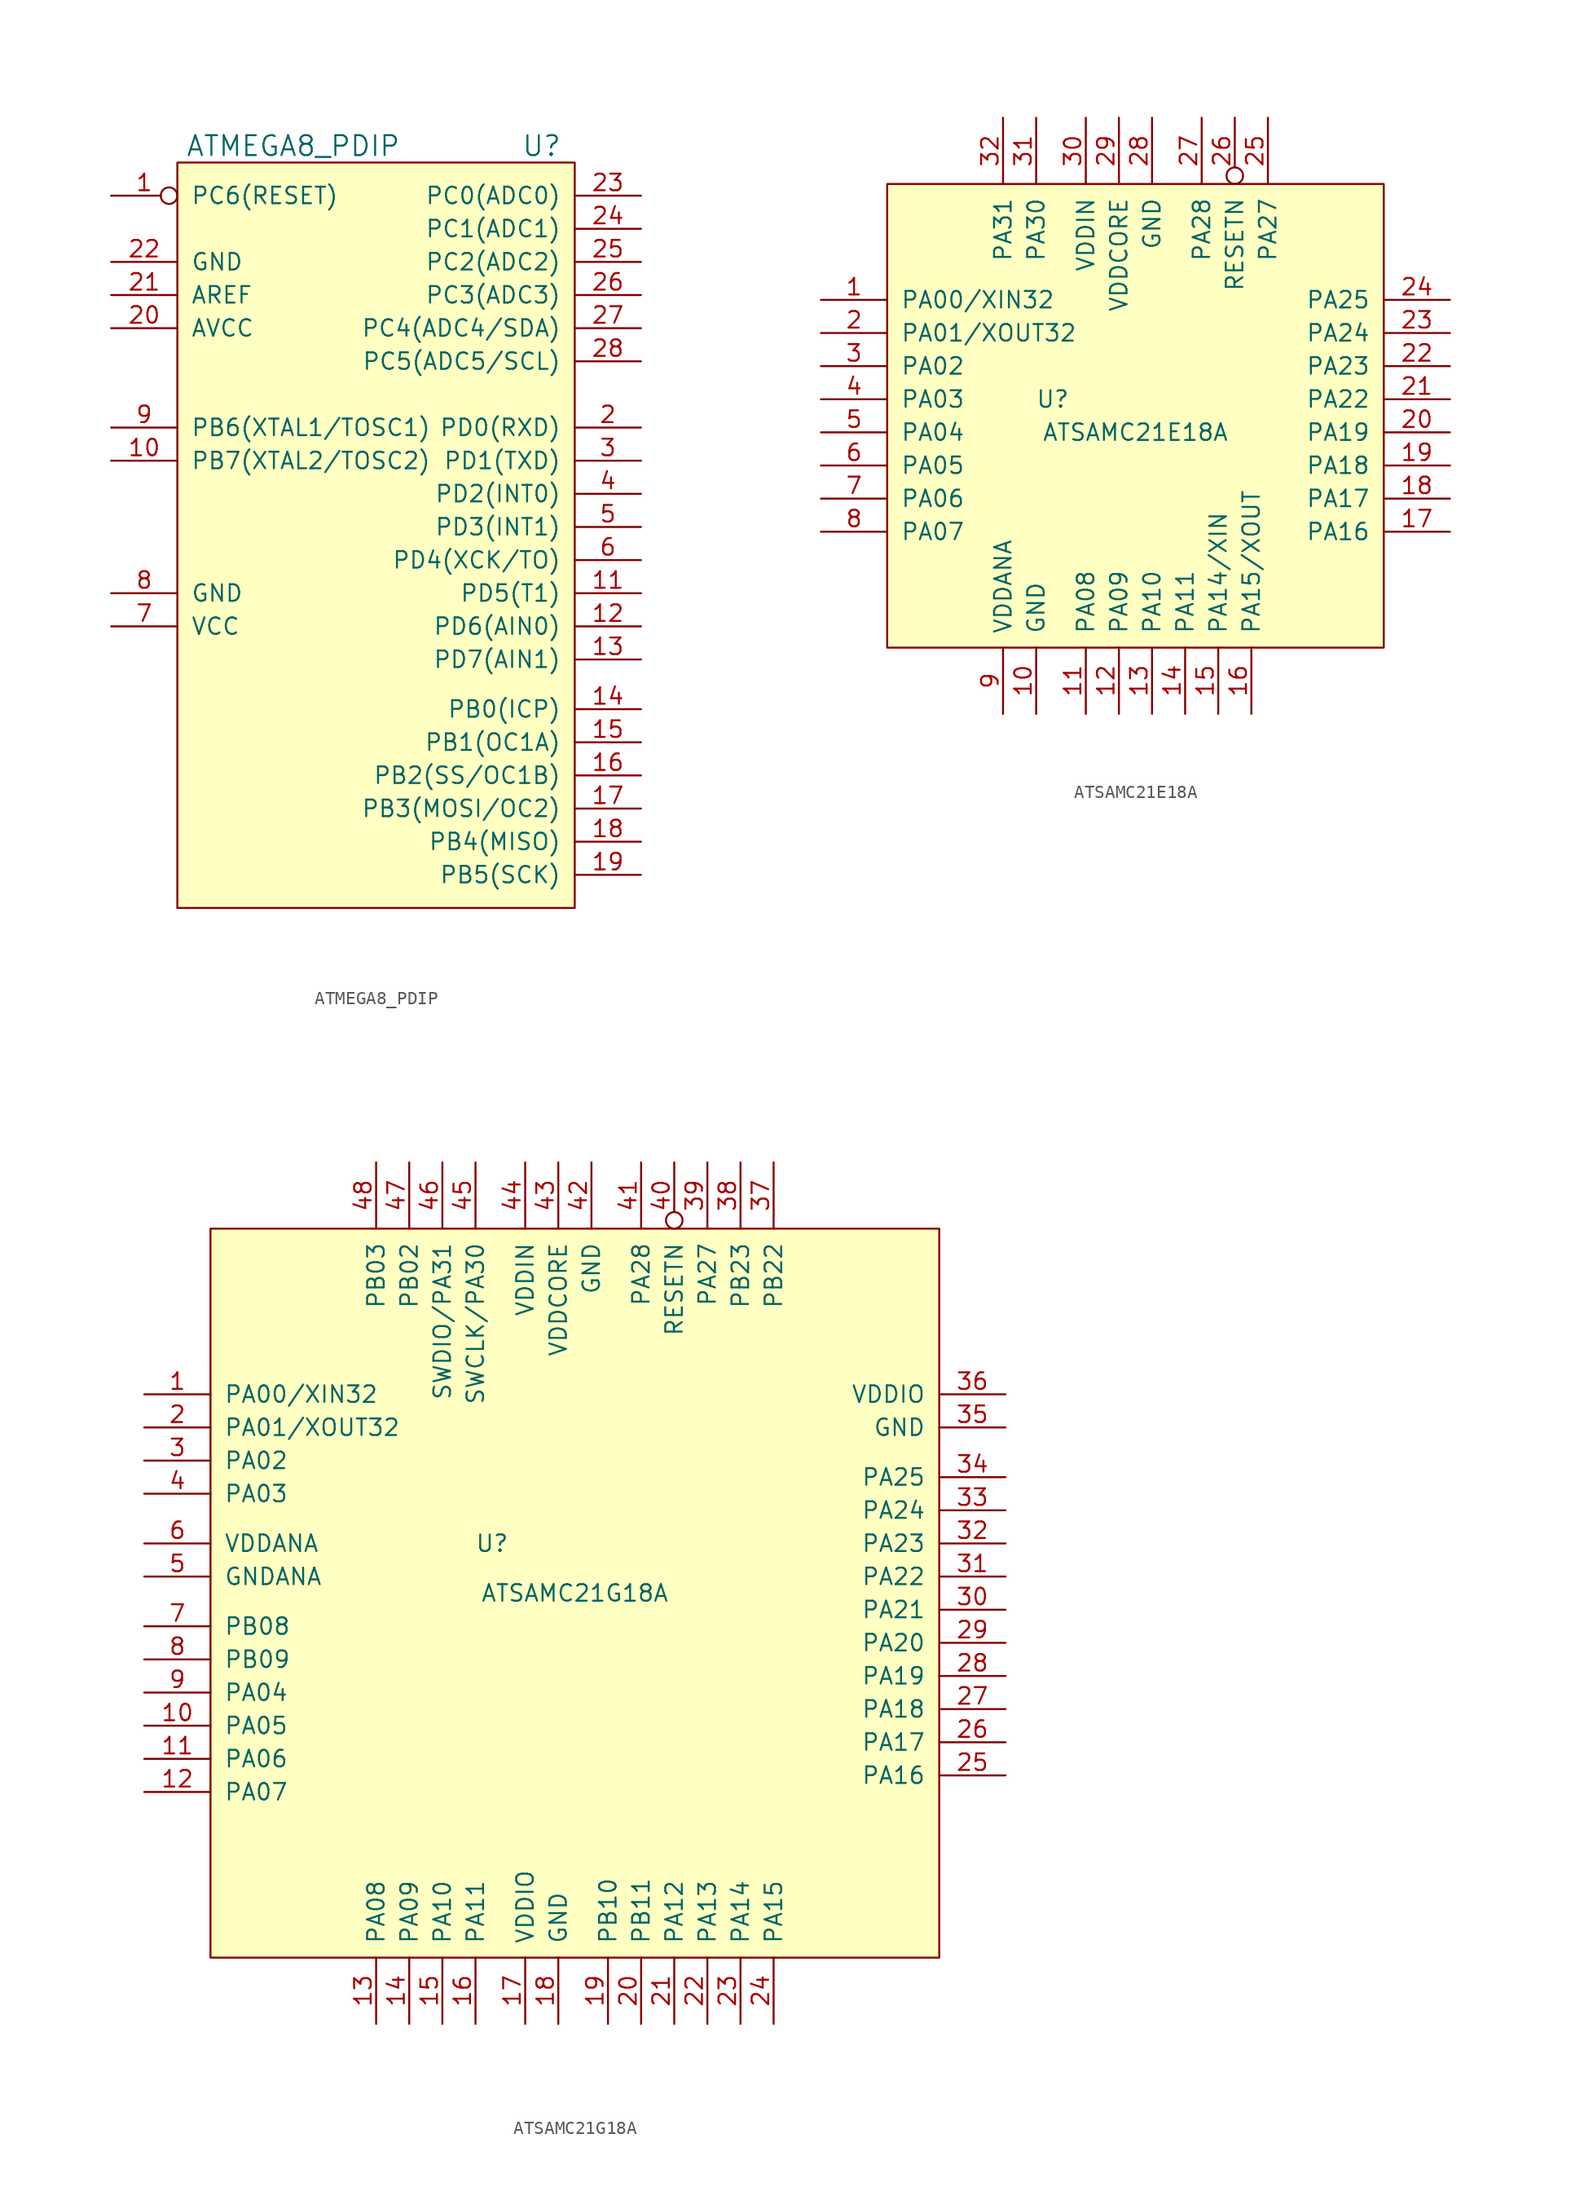
<source format=kicad_sym>
(kicad_symbol_lib
  (version 20211014)
  (generator kicad_symbol_editor)
  (symbol "ATMEGA8_PDIP"
    (pin_names
      (offset 1.016))
    (property "Reference" "U"
      (at 12.7 27.94 0)
      (effects (font (size 1.524 1.524))))
    (property "Value" "ATMEGA8_PDIP"
      (at -6.35 27.94 0)
      (effects (font (size 1.524 1.524))))
    (symbol "ATMEGA8_PDIP_0_1"
      (rectangle (start 15.24 26.67) (end -15.24 -30.48) (stroke (width 0) (type default) (color 0 0 0 0)) (fill (type background))))
    (symbol "ATMEGA8_PDIP_1_1"
      (pin input inverted (at -20.32 24.13 0) (length 5.08) (name "PC6(RESET)" (effects (font (size 1.27 1.27)))) (number "1" (effects (font (size 1.27 1.27)))))
      (pin input line (at -20.32 3.81 0) (length 5.08) (name "PB7(XTAL2/TOSC2)" (effects (font (size 1.27 1.27)))) (number "10" (effects (font (size 1.27 1.27)))))
      (pin input line (at 20.32 -6.35 180) (length 5.08) (name "PD5(T1)" (effects (font (size 1.27 1.27)))) (number "11" (effects (font (size 1.27 1.27)))))
      (pin input line (at 20.32 -8.89 180) (length 5.08) (name "PD6(AIN0)" (effects (font (size 1.27 1.27)))) (number "12" (effects (font (size 1.27 1.27)))))
      (pin input line (at 20.32 -11.43 180) (length 5.08) (name "PD7(AIN1)" (effects (font (size 1.27 1.27)))) (number "13" (effects (font (size 1.27 1.27)))))
      (pin input line (at 20.32 -15.24 180) (length 5.08) (name "PB0(ICP)" (effects (font (size 1.27 1.27)))) (number "14" (effects (font (size 1.27 1.27)))))
      (pin input line (at 20.32 -17.78 180) (length 5.08) (name "PB1(OC1A)" (effects (font (size 1.27 1.27)))) (number "15" (effects (font (size 1.27 1.27)))))
      (pin input line (at 20.32 -20.32 180) (length 5.08) (name "PB2(SS/OC1B)" (effects (font (size 1.27 1.27)))) (number "16" (effects (font (size 1.27 1.27)))))
      (pin input line (at 20.32 -22.86 180) (length 5.08) (name "PB3(MOSI/OC2)" (effects (font (size 1.27 1.27)))) (number "17" (effects (font (size 1.27 1.27)))))
      (pin input line (at 20.32 -25.4 180) (length 5.08) (name "PB4(MISO)" (effects (font (size 1.27 1.27)))) (number "18" (effects (font (size 1.27 1.27)))))
      (pin input line (at 20.32 -27.94 180) (length 5.08) (name "PB5(SCK)" (effects (font (size 1.27 1.27)))) (number "19" (effects (font (size 1.27 1.27)))))
      (pin input line (at 20.32 6.35 180) (length 5.08) (name "PD0(RXD)" (effects (font (size 1.27 1.27)))) (number "2" (effects (font (size 1.27 1.27)))))
      (pin input line (at -20.32 13.97 0) (length 5.08) (name "AVCC" (effects (font (size 1.27 1.27)))) (number "20" (effects (font (size 1.27 1.27)))))
      (pin input line (at -20.32 16.51 0) (length 5.08) (name "AREF" (effects (font (size 1.27 1.27)))) (number "21" (effects (font (size 1.27 1.27)))))
      (pin input line (at -20.32 19.05 0) (length 5.08) (name "GND" (effects (font (size 1.27 1.27)))) (number "22" (effects (font (size 1.27 1.27)))))
      (pin input line (at 20.32 24.13 180) (length 5.08) (name "PC0(ADC0)" (effects (font (size 1.27 1.27)))) (number "23" (effects (font (size 1.27 1.27)))))
      (pin input line (at 20.32 21.59 180) (length 5.08) (name "PC1(ADC1)" (effects (font (size 1.27 1.27)))) (number "24" (effects (font (size 1.27 1.27)))))
      (pin input line (at 20.32 19.05 180) (length 5.08) (name "PC2(ADC2)" (effects (font (size 1.27 1.27)))) (number "25" (effects (font (size 1.27 1.27)))))
      (pin input line (at 20.32 16.51 180) (length 5.08) (name "PC3(ADC3)" (effects (font (size 1.27 1.27)))) (number "26" (effects (font (size 1.27 1.27)))))
      (pin input line (at 20.32 13.97 180) (length 5.08) (name "PC4(ADC4/SDA)" (effects (font (size 1.27 1.27)))) (number "27" (effects (font (size 1.27 1.27)))))
      (pin input line (at 20.32 11.43 180) (length 5.08) (name "PC5(ADC5/SCL)" (effects (font (size 1.27 1.27)))) (number "28" (effects (font (size 1.27 1.27)))))
      (pin input line (at 20.32 3.81 180) (length 5.08) (name "PD1(TXD)" (effects (font (size 1.27 1.27)))) (number "3" (effects (font (size 1.27 1.27)))))
      (pin input line (at 20.32 1.27 180) (length 5.08) (name "PD2(INT0)" (effects (font (size 1.27 1.27)))) (number "4" (effects (font (size 1.27 1.27)))))
      (pin input line (at 20.32 -1.27 180) (length 5.08) (name "PD3(INT1)" (effects (font (size 1.27 1.27)))) (number "5" (effects (font (size 1.27 1.27)))))
      (pin input line (at 20.32 -3.81 180) (length 5.08) (name "PD4(XCK/TO)" (effects (font (size 1.27 1.27)))) (number "6" (effects (font (size 1.27 1.27)))))
      (pin input line (at -20.32 -8.89 0) (length 5.08) (name "VCC" (effects (font (size 1.27 1.27)))) (number "7" (effects (font (size 1.27 1.27)))))
      (pin input line (at -20.32 -6.35 0) (length 5.08) (name "GND" (effects (font (size 1.27 1.27)))) (number "8" (effects (font (size 1.27 1.27)))))
      (pin input line (at -20.32 6.35 0) (length 5.08) (name "PB6(XTAL1/TOSC1)" (effects (font (size 1.27 1.27)))) (number "9" (effects (font (size 1.27 1.27)))))))
  (symbol "ATSAMC21E18A"
    (pin_names
      (offset 1.016))
    (property "Reference" "U"
      (at -6.35 1.27 0)
      (effects (font (size 1.27 1.27))))
    (property "Value" "ATSAMC21E18A"
      (at 0 -1.27 0)
      (effects (font (size 1.27 1.27))))
    (symbol "ATSAMC21E18A_1_1"
      (rectangle (start -19.05 17.78) (end 19.05 -17.78) (stroke (width 0) (type default) (color 0 0 0 0)) (fill (type background)))
      (pin bidirectional line (at -24.13 8.89 0) (length 5.08) (name "PA00/XIN32" (effects (font (size 1.27 1.27)))) (number "1" (effects (font (size 1.27 1.27)))))
      (pin power_in line (at -7.62 -22.86 90) (length 5.08) (name "GND" (effects (font (size 1.27 1.27)))) (number "10" (effects (font (size 1.27 1.27)))))
      (pin bidirectional line (at -3.81 -22.86 90) (length 5.08) (name "PA08" (effects (font (size 1.27 1.27)))) (number "11" (effects (font (size 1.27 1.27)))))
      (pin bidirectional line (at -1.27 -22.86 90) (length 5.08) (name "PA09" (effects (font (size 1.27 1.27)))) (number "12" (effects (font (size 1.27 1.27)))))
      (pin bidirectional line (at 1.27 -22.86 90) (length 5.08) (name "PA10" (effects (font (size 1.27 1.27)))) (number "13" (effects (font (size 1.27 1.27)))))
      (pin bidirectional line (at 3.81 -22.86 90) (length 5.08) (name "PA11" (effects (font (size 1.27 1.27)))) (number "14" (effects (font (size 1.27 1.27)))))
      (pin bidirectional line (at 6.35 -22.86 90) (length 5.08) (name "PA14/XIN" (effects (font (size 1.27 1.27)))) (number "15" (effects (font (size 1.27 1.27)))))
      (pin bidirectional line (at 8.89 -22.86 90) (length 5.08) (name "PA15/XOUT" (effects (font (size 1.27 1.27)))) (number "16" (effects (font (size 1.27 1.27)))))
      (pin bidirectional line (at 24.13 -8.89 180) (length 5.08) (name "PA16" (effects (font (size 1.27 1.27)))) (number "17" (effects (font (size 1.27 1.27)))))
      (pin bidirectional line (at 24.13 -6.35 180) (length 5.08) (name "PA17" (effects (font (size 1.27 1.27)))) (number "18" (effects (font (size 1.27 1.27)))))
      (pin bidirectional line (at 24.13 -3.81 180) (length 5.08) (name "PA18" (effects (font (size 1.27 1.27)))) (number "19" (effects (font (size 1.27 1.27)))))
      (pin bidirectional line (at -24.13 6.35 0) (length 5.08) (name "PA01/XOUT32" (effects (font (size 1.27 1.27)))) (number "2" (effects (font (size 1.27 1.27)))))
      (pin bidirectional line (at 24.13 -1.27 180) (length 5.08) (name "PA19" (effects (font (size 1.27 1.27)))) (number "20" (effects (font (size 1.27 1.27)))))
      (pin bidirectional line (at 24.13 1.27 180) (length 5.08) (name "PA22" (effects (font (size 1.27 1.27)))) (number "21" (effects (font (size 1.27 1.27)))))
      (pin bidirectional line (at 24.13 3.81 180) (length 5.08) (name "PA23" (effects (font (size 1.27 1.27)))) (number "22" (effects (font (size 1.27 1.27)))))
      (pin bidirectional line (at 24.13 6.35 180) (length 5.08) (name "PA24" (effects (font (size 1.27 1.27)))) (number "23" (effects (font (size 1.27 1.27)))))
      (pin bidirectional line (at 24.13 8.89 180) (length 5.08) (name "PA25" (effects (font (size 1.27 1.27)))) (number "24" (effects (font (size 1.27 1.27)))))
      (pin bidirectional line (at 10.16 22.86 270) (length 5.08) (name "PA27" (effects (font (size 1.27 1.27)))) (number "25" (effects (font (size 1.27 1.27)))))
      (pin input inverted (at 7.62 22.86 270) (length 5.08) (name "RESETN" (effects (font (size 1.27 1.27)))) (number "26" (effects (font (size 1.27 1.27)))))
      (pin bidirectional line (at 5.08 22.86 270) (length 5.08) (name "PA28" (effects (font (size 1.27 1.27)))) (number "27" (effects (font (size 1.27 1.27)))))
      (pin power_in line (at 1.27 22.86 270) (length 5.08) (name "GND" (effects (font (size 1.27 1.27)))) (number "28" (effects (font (size 1.27 1.27)))))
      (pin power_in line (at -1.27 22.86 270) (length 5.08) (name "VDDCORE" (effects (font (size 1.27 1.27)))) (number "29" (effects (font (size 1.27 1.27)))))
      (pin bidirectional line (at -24.13 3.81 0) (length 5.08) (name "PA02" (effects (font (size 1.27 1.27)))) (number "3" (effects (font (size 1.27 1.27)))))
      (pin power_in line (at -3.81 22.86 270) (length 5.08) (name "VDDIN" (effects (font (size 1.27 1.27)))) (number "30" (effects (font (size 1.27 1.27)))))
      (pin bidirectional line (at -7.62 22.86 270) (length 5.08) (name "PA30" (effects (font (size 1.27 1.27)))) (number "31" (effects (font (size 1.27 1.27)))))
      (pin bidirectional line (at -10.16 22.86 270) (length 5.08) (name "PA31" (effects (font (size 1.27 1.27)))) (number "32" (effects (font (size 1.27 1.27)))))
      (pin bidirectional line (at -24.13 1.27 0) (length 5.08) (name "PA03" (effects (font (size 1.27 1.27)))) (number "4" (effects (font (size 1.27 1.27)))))
      (pin bidirectional line (at -24.13 -1.27 0) (length 5.08) (name "PA04" (effects (font (size 1.27 1.27)))) (number "5" (effects (font (size 1.27 1.27)))))
      (pin bidirectional line (at -24.13 -3.81 0) (length 5.08) (name "PA05" (effects (font (size 1.27 1.27)))) (number "6" (effects (font (size 1.27 1.27)))))
      (pin bidirectional line (at -24.13 -6.35 0) (length 5.08) (name "PA06" (effects (font (size 1.27 1.27)))) (number "7" (effects (font (size 1.27 1.27)))))
      (pin bidirectional line (at -24.13 -8.89 0) (length 5.08) (name "PA07" (effects (font (size 1.27 1.27)))) (number "8" (effects (font (size 1.27 1.27)))))
      (pin power_in line (at -10.16 -22.86 90) (length 5.08) (name "VDDANA" (effects (font (size 1.27 1.27)))) (number "9" (effects (font (size 1.27 1.27)))))))
  (symbol "ATSAMC21G18A"
    (pin_names
      (offset 1.016))
    (property "Reference" "U"
      (at -6.35 3.81 0)
      (effects (font (size 1.27 1.27))))
    (property "Value" "ATSAMC21G18A"
      (at 0 0 0)
      (effects (font (size 1.27 1.27))))
    (symbol "ATSAMC21G18A_1_1"
      (rectangle (start -27.94 27.94) (end 27.94 -27.94) (stroke (width 0) (type default) (color 0 0 0 0)) (fill (type background)))
      (pin bidirectional line (at -33.02 15.24 0) (length 5.08) (name "PA00/XIN32" (effects (font (size 1.27 1.27)))) (number "1" (effects (font (size 1.27 1.27)))))
      (pin bidirectional line (at -33.02 -10.16 0) (length 5.08) (name "PA05" (effects (font (size 1.27 1.27)))) (number "10" (effects (font (size 1.27 1.27)))))
      (pin bidirectional line (at -33.02 -12.7 0) (length 5.08) (name "PA06" (effects (font (size 1.27 1.27)))) (number "11" (effects (font (size 1.27 1.27)))))
      (pin bidirectional line (at -33.02 -15.24 0) (length 5.08) (name "PA07" (effects (font (size 1.27 1.27)))) (number "12" (effects (font (size 1.27 1.27)))))
      (pin bidirectional line (at -15.24 -33.02 90) (length 5.08) (name "PA08" (effects (font (size 1.27 1.27)))) (number "13" (effects (font (size 1.27 1.27)))))
      (pin bidirectional line (at -12.7 -33.02 90) (length 5.08) (name "PA09" (effects (font (size 1.27 1.27)))) (number "14" (effects (font (size 1.27 1.27)))))
      (pin bidirectional line (at -10.16 -33.02 90) (length 5.08) (name "PA10" (effects (font (size 1.27 1.27)))) (number "15" (effects (font (size 1.27 1.27)))))
      (pin bidirectional line (at -7.62 -33.02 90) (length 5.08) (name "PA11" (effects (font (size 1.27 1.27)))) (number "16" (effects (font (size 1.27 1.27)))))
      (pin power_in line (at -3.81 -33.02 90) (length 5.08) (name "VDDIO" (effects (font (size 1.27 1.27)))) (number "17" (effects (font (size 1.27 1.27)))))
      (pin power_in line (at -1.27 -33.02 90) (length 5.08) (name "GND" (effects (font (size 1.27 1.27)))) (number "18" (effects (font (size 1.27 1.27)))))
      (pin bidirectional line (at 2.54 -33.02 90) (length 5.08) (name "PB10" (effects (font (size 1.27 1.27)))) (number "19" (effects (font (size 1.27 1.27)))))
      (pin bidirectional line (at -33.02 12.7 0) (length 5.08) (name "PA01/XOUT32" (effects (font (size 1.27 1.27)))) (number "2" (effects (font (size 1.27 1.27)))))
      (pin bidirectional line (at 5.08 -33.02 90) (length 5.08) (name "PB11" (effects (font (size 1.27 1.27)))) (number "20" (effects (font (size 1.27 1.27)))))
      (pin bidirectional line (at 7.62 -33.02 90) (length 5.08) (name "PA12" (effects (font (size 1.27 1.27)))) (number "21" (effects (font (size 1.27 1.27)))))
      (pin bidirectional line (at 10.16 -33.02 90) (length 5.08) (name "PA13" (effects (font (size 1.27 1.27)))) (number "22" (effects (font (size 1.27 1.27)))))
      (pin bidirectional line (at 12.7 -33.02 90) (length 5.08) (name "PA14" (effects (font (size 1.27 1.27)))) (number "23" (effects (font (size 1.27 1.27)))))
      (pin bidirectional line (at 15.24 -33.02 90) (length 5.08) (name "PA15" (effects (font (size 1.27 1.27)))) (number "24" (effects (font (size 1.27 1.27)))))
      (pin bidirectional line (at 33.02 -13.97 180) (length 5.08) (name "PA16" (effects (font (size 1.27 1.27)))) (number "25" (effects (font (size 1.27 1.27)))))
      (pin bidirectional line (at 33.02 -11.43 180) (length 5.08) (name "PA17" (effects (font (size 1.27 1.27)))) (number "26" (effects (font (size 1.27 1.27)))))
      (pin bidirectional line (at 33.02 -8.89 180) (length 5.08) (name "PA18" (effects (font (size 1.27 1.27)))) (number "27" (effects (font (size 1.27 1.27)))))
      (pin bidirectional line (at 33.02 -6.35 180) (length 5.08) (name "PA19" (effects (font (size 1.27 1.27)))) (number "28" (effects (font (size 1.27 1.27)))))
      (pin bidirectional line (at 33.02 -3.81 180) (length 5.08) (name "PA20" (effects (font (size 1.27 1.27)))) (number "29" (effects (font (size 1.27 1.27)))))
      (pin bidirectional line (at -33.02 10.16 0) (length 5.08) (name "PA02" (effects (font (size 1.27 1.27)))) (number "3" (effects (font (size 1.27 1.27)))))
      (pin bidirectional line (at 33.02 -1.27 180) (length 5.08) (name "PA21" (effects (font (size 1.27 1.27)))) (number "30" (effects (font (size 1.27 1.27)))))
      (pin bidirectional line (at 33.02 1.27 180) (length 5.08) (name "PA22" (effects (font (size 1.27 1.27)))) (number "31" (effects (font (size 1.27 1.27)))))
      (pin bidirectional line (at 33.02 3.81 180) (length 5.08) (name "PA23" (effects (font (size 1.27 1.27)))) (number "32" (effects (font (size 1.27 1.27)))))
      (pin bidirectional line (at 33.02 6.35 180) (length 5.08) (name "PA24" (effects (font (size 1.27 1.27)))) (number "33" (effects (font (size 1.27 1.27)))))
      (pin bidirectional line (at 33.02 8.89 180) (length 5.08) (name "PA25" (effects (font (size 1.27 1.27)))) (number "34" (effects (font (size 1.27 1.27)))))
      (pin power_in line (at 33.02 12.7 180) (length 5.08) (name "GND" (effects (font (size 1.27 1.27)))) (number "35" (effects (font (size 1.27 1.27)))))
      (pin power_in line (at 33.02 15.24 180) (length 5.08) (name "VDDIO" (effects (font (size 1.27 1.27)))) (number "36" (effects (font (size 1.27 1.27)))))
      (pin bidirectional line (at 15.24 33.02 270) (length 5.08) (name "PB22" (effects (font (size 1.27 1.27)))) (number "37" (effects (font (size 1.27 1.27)))))
      (pin bidirectional line (at 12.7 33.02 270) (length 5.08) (name "PB23" (effects (font (size 1.27 1.27)))) (number "38" (effects (font (size 1.27 1.27)))))
      (pin bidirectional line (at 10.16 33.02 270) (length 5.08) (name "PA27" (effects (font (size 1.27 1.27)))) (number "39" (effects (font (size 1.27 1.27)))))
      (pin bidirectional line (at -33.02 7.62 0) (length 5.08) (name "PA03" (effects (font (size 1.27 1.27)))) (number "4" (effects (font (size 1.27 1.27)))))
      (pin input inverted (at 7.62 33.02 270) (length 5.08) (name "RESETN" (effects (font (size 1.27 1.27)))) (number "40" (effects (font (size 1.27 1.27)))))
      (pin bidirectional line (at 5.08 33.02 270) (length 5.08) (name "PA28" (effects (font (size 1.27 1.27)))) (number "41" (effects (font (size 1.27 1.27)))))
      (pin power_in line (at 1.27 33.02 270) (length 5.08) (name "GND" (effects (font (size 1.27 1.27)))) (number "42" (effects (font (size 1.27 1.27)))))
      (pin power_in line (at -1.27 33.02 270) (length 5.08) (name "VDDCORE" (effects (font (size 1.27 1.27)))) (number "43" (effects (font (size 1.27 1.27)))))
      (pin power_in line (at -3.81 33.02 270) (length 5.08) (name "VDDIN" (effects (font (size 1.27 1.27)))) (number "44" (effects (font (size 1.27 1.27)))))
      (pin bidirectional line (at -7.62 33.02 270) (length 5.08) (name "SWCLK/PA30" (effects (font (size 1.27 1.27)))) (number "45" (effects (font (size 1.27 1.27)))))
      (pin bidirectional line (at -10.16 33.02 270) (length 5.08) (name "SWDIO/PA31" (effects (font (size 1.27 1.27)))) (number "46" (effects (font (size 1.27 1.27)))))
      (pin bidirectional line (at -12.7 33.02 270) (length 5.08) (name "PB02" (effects (font (size 1.27 1.27)))) (number "47" (effects (font (size 1.27 1.27)))))
      (pin bidirectional line (at -15.24 33.02 270) (length 5.08) (name "PB03" (effects (font (size 1.27 1.27)))) (number "48" (effects (font (size 1.27 1.27)))))
      (pin power_in line (at -33.02 1.27 0) (length 5.08) (name "GNDANA" (effects (font (size 1.27 1.27)))) (number "5" (effects (font (size 1.27 1.27)))))
      (pin power_in line (at -33.02 3.81 0) (length 5.08) (name "VDDANA" (effects (font (size 1.27 1.27)))) (number "6" (effects (font (size 1.27 1.27)))))
      (pin bidirectional line (at -33.02 -2.54 0) (length 5.08) (name "PB08" (effects (font (size 1.27 1.27)))) (number "7" (effects (font (size 1.27 1.27)))))
      (pin bidirectional line (at -33.02 -5.08 0) (length 5.08) (name "PB09" (effects (font (size 1.27 1.27)))) (number "8" (effects (font (size 1.27 1.27)))))
      (pin bidirectional line (at -33.02 -7.62 0) (length 5.08) (name "PA04" (effects (font (size 1.27 1.27)))) (number "9" (effects (font (size 1.27 1.27))))))))
</source>
